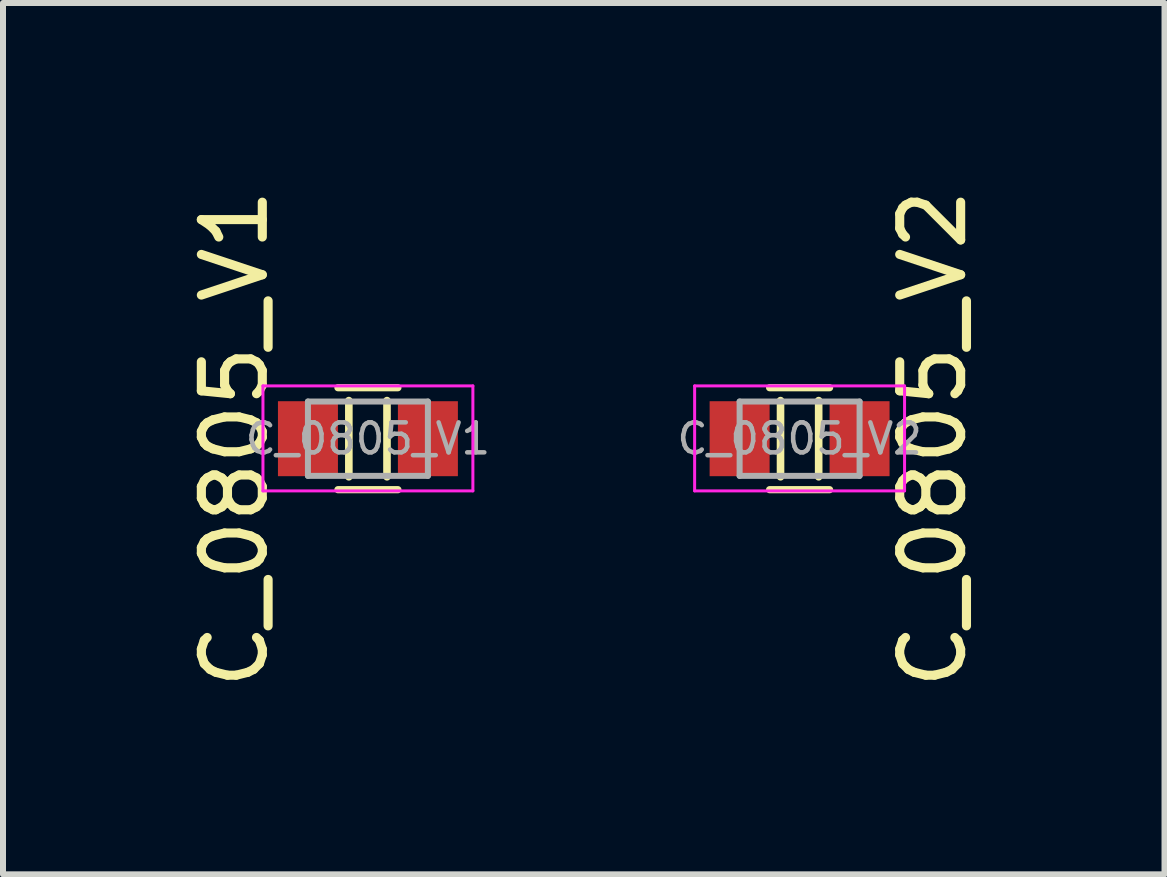
<source format=kicad_pcb>
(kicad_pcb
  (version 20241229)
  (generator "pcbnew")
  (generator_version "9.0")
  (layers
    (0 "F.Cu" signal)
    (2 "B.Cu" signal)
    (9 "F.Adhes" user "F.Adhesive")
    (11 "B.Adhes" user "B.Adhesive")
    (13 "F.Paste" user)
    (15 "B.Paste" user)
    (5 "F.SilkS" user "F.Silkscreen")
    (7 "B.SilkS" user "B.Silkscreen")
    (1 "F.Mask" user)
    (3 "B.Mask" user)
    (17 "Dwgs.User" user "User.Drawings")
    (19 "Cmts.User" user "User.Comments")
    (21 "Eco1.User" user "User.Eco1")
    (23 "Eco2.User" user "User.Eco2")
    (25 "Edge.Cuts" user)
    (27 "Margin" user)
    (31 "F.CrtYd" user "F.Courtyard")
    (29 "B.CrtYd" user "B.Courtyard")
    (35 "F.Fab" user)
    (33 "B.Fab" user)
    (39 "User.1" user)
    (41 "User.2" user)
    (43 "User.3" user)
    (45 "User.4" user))
  (footprint "C_0805_V2"
    (layer "F.Cu")
    (at 10.281 4.264)
    (property "Reference" "C_0805_V2" (at 2.223 0 270) (layer "F.SilkS") (effects (font (size 1.016 1.016) (thickness 0.152))))
    (attr smd)
    (fp_line (start -0.5 0.85) (end 0.5 0.85) (stroke (width 0.12) (type solid)) (layer "F.SilkS"))
    (fp_line (start -0.318 -0.635) (end -0.318 0.635) (stroke (width 0.127) (type solid)) (layer "F.SilkS"))
    (fp_line (start 0.318 -0.635) (end 0.318 0.635) (stroke (width 0.127) (type solid)) (layer "F.SilkS"))
    (fp_line (start 0.5 -0.85) (end -0.5 -0.85) (stroke (width 0.12) (type solid)) (layer "F.SilkS"))
    (fp_line (start -1.75 -0.88) (end -1.75 0.87) (stroke (width 0.05) (type solid)) (layer "F.CrtYd"))
    (fp_line (start -1.75 -0.88) (end 1.75 -0.88) (stroke (width 0.05) (type solid)) (layer "F.CrtYd"))
    (fp_line (start 1.75 0.87) (end -1.75 0.87) (stroke (width 0.05) (type solid)) (layer "F.CrtYd"))
    (fp_line (start 1.75 0.87) (end 1.75 -0.88) (stroke (width 0.05) (type solid)) (layer "F.CrtYd"))
    (fp_line (start -1 -0.62) (end 1 -0.62) (stroke (width 0.1) (type solid)) (layer "F.Fab"))
    (fp_line (start -1 0.62) (end -1 -0.62) (stroke (width 0.1) (type solid)) (layer "F.Fab"))
    (fp_line (start 1 -0.62) (end 1 0.62) (stroke (width 0.1) (type solid)) (layer "F.Fab"))
    (fp_line (start 1 0.62) (end -1 0.62) (stroke (width 0.1) (type solid)) (layer "F.Fab"))
    (fp_text user "${REFERENCE}" (at 0 0 0) (layer "F.Fab") (effects (font (size 0.5 0.5) (thickness 0.075))))
    (pad "1" smd rect (at -1 0) (size 1 1.25) (layers "F.Cu" "F.Mask" "F.Paste"))
    (pad "2" smd rect (at 1 0) (size 1 1.25) (layers "F.Cu" "F.Mask" "F.Paste")))
  (footprint "C_0805_V1"
    (layer "F.Cu")
    (at 3.084 4.264)
    (property "Reference" "C_0805_V1" (at -2.223 0 90) (layer "F.SilkS") (effects (font (size 1.016 1.016) (thickness 0.152))))
    (attr smd)
    (fp_line (start -0.5 0.85) (end 0.5 0.85) (stroke (width 0.12) (type solid)) (layer "F.SilkS"))
    (fp_line (start -0.318 -0.635) (end -0.318 0.635) (stroke (width 0.127) (type solid)) (layer "F.SilkS"))
    (fp_line (start 0.318 -0.635) (end 0.318 0.635) (stroke (width 0.127) (type solid)) (layer "F.SilkS"))
    (fp_line (start 0.5 -0.85) (end -0.5 -0.85) (stroke (width 0.12) (type solid)) (layer "F.SilkS"))
    (fp_line (start -1.75 -0.88) (end -1.75 0.87) (stroke (width 0.05) (type solid)) (layer "F.CrtYd"))
    (fp_line (start -1.75 -0.88) (end 1.75 -0.88) (stroke (width 0.05) (type solid)) (layer "F.CrtYd"))
    (fp_line (start 1.75 0.87) (end -1.75 0.87) (stroke (width 0.05) (type solid)) (layer "F.CrtYd"))
    (fp_line (start 1.75 0.87) (end 1.75 -0.88) (stroke (width 0.05) (type solid)) (layer "F.CrtYd"))
    (fp_line (start -1 -0.62) (end 1 -0.62) (stroke (width 0.1) (type solid)) (layer "F.Fab"))
    (fp_line (start -1 0.62) (end -1 -0.62) (stroke (width 0.1) (type solid)) (layer "F.Fab"))
    (fp_line (start 1 -0.62) (end 1 0.62) (stroke (width 0.1) (type solid)) (layer "F.Fab"))
    (fp_line (start 1 0.62) (end -1 0.62) (stroke (width 0.1) (type solid)) (layer "F.Fab"))
    (fp_text user "${REFERENCE}" (at 0 0 0) (layer "F.Fab") (effects (font (size 0.5 0.5) (thickness 0.075))))
    (pad "1" smd rect (at -1 0) (size 1 1.25) (layers "F.Cu" "F.Mask" "F.Paste"))
    (pad "2" smd rect (at 1 0) (size 1 1.25) (layers "F.Cu" "F.Mask" "F.Paste")))
  (gr_rect
    (start -3 -3)
    (end 16.365 11.527)
    (stroke (width 0.1) (type default))
    (fill no)
    (layer "Edge.Cuts")))
</source>
